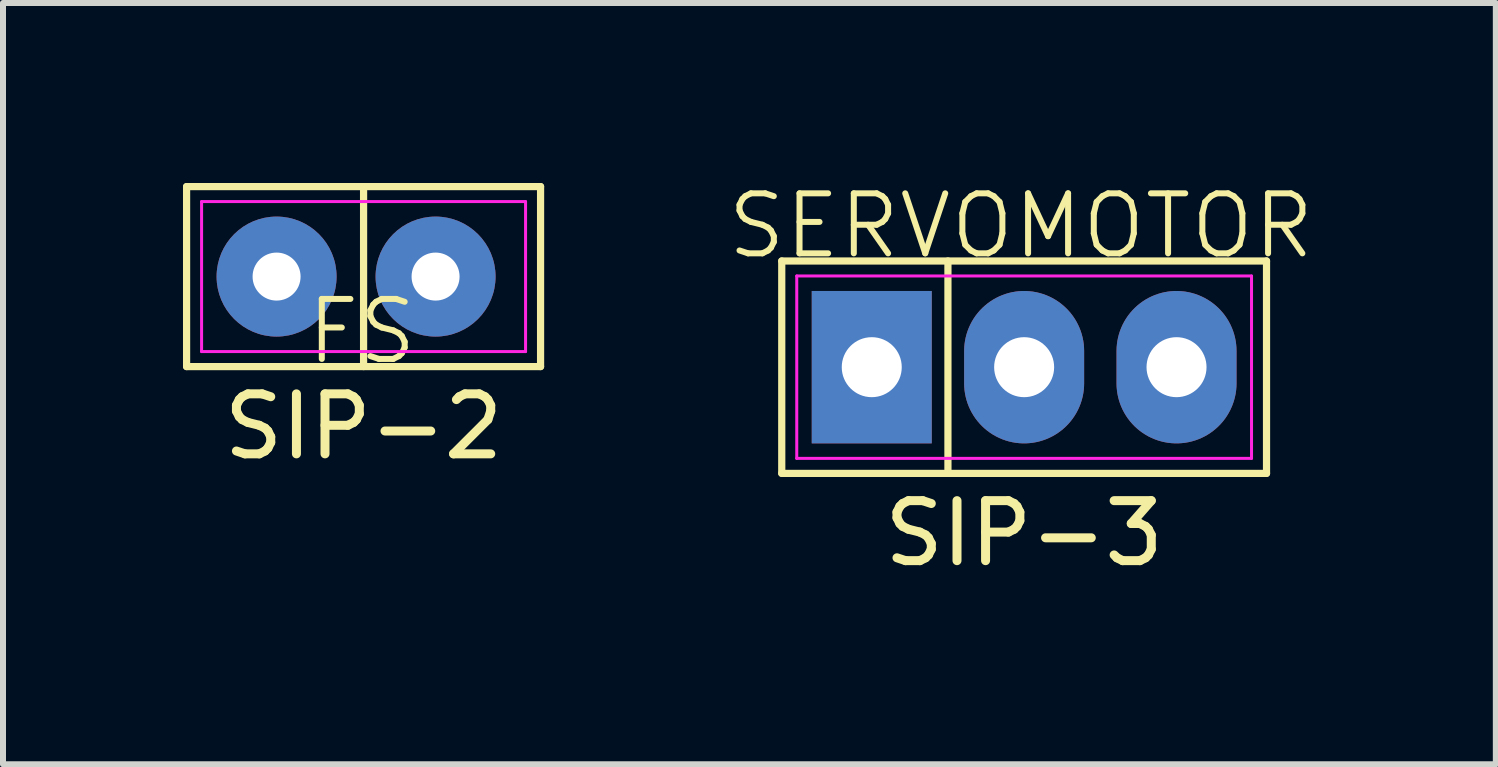
<source format=kicad_pcb>
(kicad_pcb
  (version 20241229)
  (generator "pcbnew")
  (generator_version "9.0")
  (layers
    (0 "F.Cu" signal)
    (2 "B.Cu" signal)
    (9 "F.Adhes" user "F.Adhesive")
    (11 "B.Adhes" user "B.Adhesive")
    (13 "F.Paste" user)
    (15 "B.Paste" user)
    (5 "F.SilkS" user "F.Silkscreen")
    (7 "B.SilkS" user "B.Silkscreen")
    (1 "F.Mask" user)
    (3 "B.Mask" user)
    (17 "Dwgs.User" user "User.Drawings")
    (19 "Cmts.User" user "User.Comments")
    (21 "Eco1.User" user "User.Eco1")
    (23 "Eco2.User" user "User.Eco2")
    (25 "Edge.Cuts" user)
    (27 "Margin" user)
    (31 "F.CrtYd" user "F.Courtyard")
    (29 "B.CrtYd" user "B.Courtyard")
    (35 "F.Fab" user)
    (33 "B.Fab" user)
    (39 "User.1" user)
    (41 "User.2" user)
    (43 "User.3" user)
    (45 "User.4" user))
  (footprint "SIP-2"
    (layer "F.Cu")
    (at 3.01 2.31)
    (property "Reference" "SIP-2" (at 0 1.75 0) (layer "F.SilkS") (effects (font (size 1 1) (thickness 0.15))))
    (attr through_hole)
    (fp_line (start -2.95 -2.25) (end 2.95 -2.25) (stroke (width 0.12) (type default)) (layer "F.SilkS"))
    (fp_line (start -2.95 0.75) (end -2.95 -2.25) (stroke (width 0.12) (type default)) (layer "F.SilkS"))
    (fp_line (start 0 -2.25) (end 0 0.75) (stroke (width 0.12) (type default)) (layer "F.SilkS"))
    (fp_line (start 2.95 -2.25) (end 2.95 0.75) (stroke (width 0.12) (type default)) (layer "F.SilkS"))
    (fp_line (start 2.95 0.75) (end -2.95 0.75) (stroke (width 0.12) (type default)) (layer "F.SilkS"))
    (fp_line (start -2.7 -2) (end 2.7 -2) (stroke (width 0.05) (type default)) (layer "F.CrtYd"))
    (fp_line (start -2.7 0.5) (end -2.7 -2) (stroke (width 0.05) (type default)) (layer "F.CrtYd"))
    (fp_line (start 2.7 -2) (end 2.7 0.5) (stroke (width 0.05) (type default)) (layer "F.CrtYd"))
    (fp_line (start 2.7 0.5) (end -2.7 0.5) (stroke (width 0.05) (type default)) (layer "F.CrtYd"))
    (fp_text user "FS" (at -1 0.75 0) (unlocked yes) (layer "F.SilkS") (effects (font (size 1 1) (thickness 0.1)) (justify left bottom)))
    (pad "1" thru_hole circle (at -1.45 -0.75) (size 2 2) (drill 0.8) (layers "*.Cu" "*.Mask"))
    (pad "2" thru_hole circle (at 1.2 -0.75) (size 2 2) (drill 0.8) (layers "*.Cu" "*.Mask")))
  (footprint "SIP-3"
    (layer "F.Cu")
    (at 14.02 3.07)
    (property "Reference" "SIP-3" (at 0 2.77 0) (layer "F.SilkS") (effects (font (size 1 1) (thickness 0.15))))
    (attr through_hole)
    (fp_line (start -4.04 -1.77) (end 4.04 -1.77) (stroke (width 0.12) (type default)) (layer "F.SilkS"))
    (fp_line (start -4.04 1.77) (end -4.04 -1.77) (stroke (width 0.12) (type default)) (layer "F.SilkS"))
    (fp_line (start -1.27 -1.77) (end -1.27 1.77) (stroke (width 0.12) (type default)) (layer "F.SilkS"))
    (fp_line (start 4.04 -1.77) (end 4.04 1.77) (stroke (width 0.12) (type default)) (layer "F.SilkS"))
    (fp_line (start 4.04 1.77) (end -4.04 1.77) (stroke (width 0.12) (type default)) (layer "F.SilkS"))
    (fp_line (start -3.79 -1.52) (end 3.79 -1.52) (stroke (width 0.05) (type default)) (layer "F.CrtYd"))
    (fp_line (start -3.79 1.52) (end -3.79 -1.52) (stroke (width 0.05) (type default)) (layer "F.CrtYd"))
    (fp_line (start 3.79 -1.52) (end 3.79 1.52) (stroke (width 0.05) (type default)) (layer "F.CrtYd"))
    (fp_line (start 3.79 1.52) (end -3.79 1.52) (stroke (width 0.05) (type default)) (layer "F.CrtYd"))
    (fp_text user "SERVOMOTOR" (at -5 -1.77 0) (unlocked yes) (layer "F.SilkS") (effects (font (size 1 1) (thickness 0.1)) (justify left bottom)))
    (pad "1" thru_hole rect (at -2.54 0) (size 2 2.54) (drill 1) (layers "*.Cu" "*.Mask"))
    (pad "2" thru_hole oval (at 0 0) (size 2 2.54) (drill 1) (layers "*.Cu" "*.Mask"))
    (pad "3" thru_hole oval (at 2.54 0) (size 2 2.54) (drill 1) (layers "*.Cu" "*.Mask")))
  (gr_rect
    (start -3 -3)
    (end 21.882 9.688)
    (stroke (width 0.1) (type default))
    (fill no)
    (layer "Edge.Cuts")))
</source>
